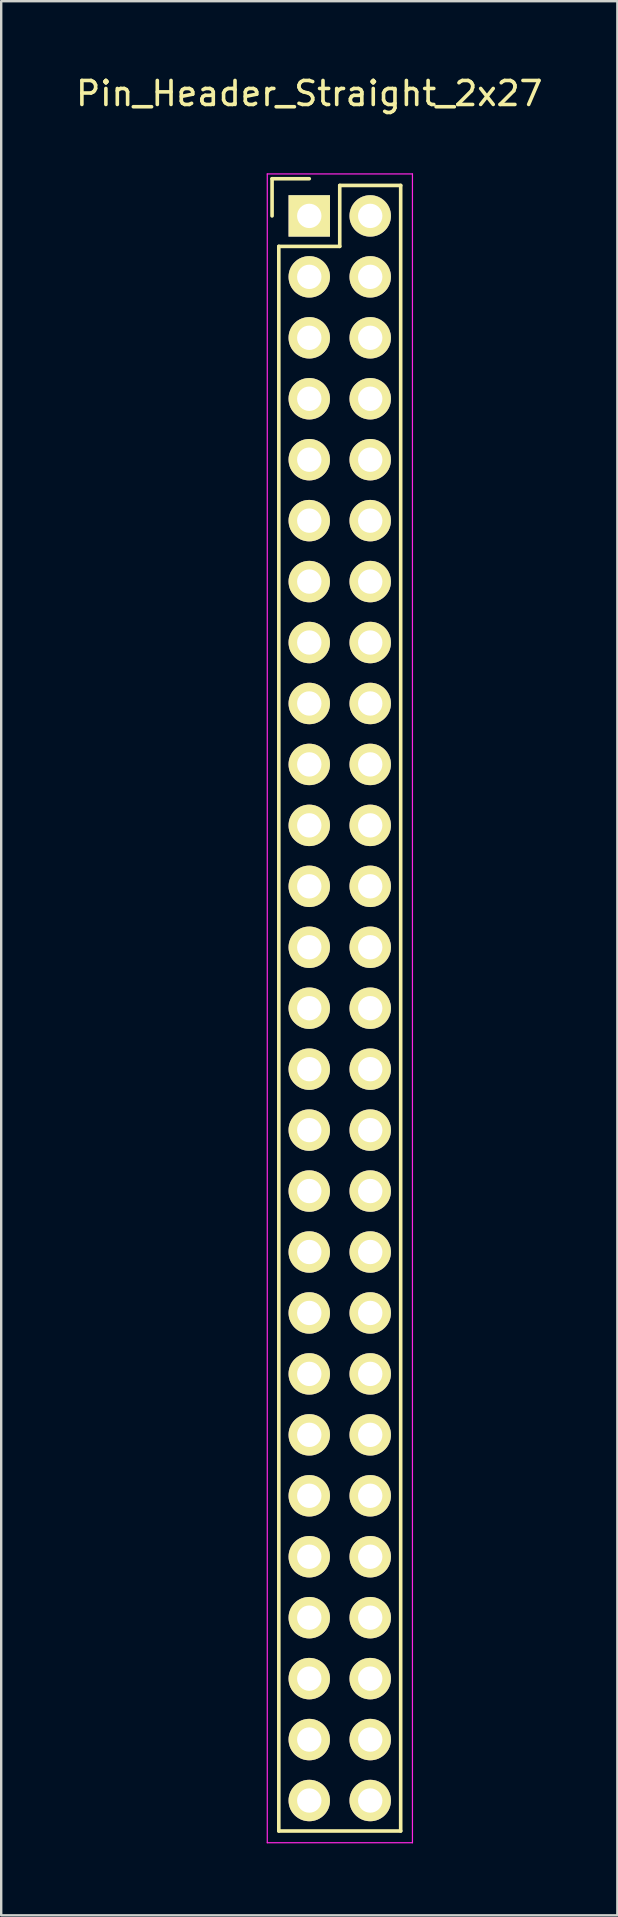
<source format=kicad_pcb>
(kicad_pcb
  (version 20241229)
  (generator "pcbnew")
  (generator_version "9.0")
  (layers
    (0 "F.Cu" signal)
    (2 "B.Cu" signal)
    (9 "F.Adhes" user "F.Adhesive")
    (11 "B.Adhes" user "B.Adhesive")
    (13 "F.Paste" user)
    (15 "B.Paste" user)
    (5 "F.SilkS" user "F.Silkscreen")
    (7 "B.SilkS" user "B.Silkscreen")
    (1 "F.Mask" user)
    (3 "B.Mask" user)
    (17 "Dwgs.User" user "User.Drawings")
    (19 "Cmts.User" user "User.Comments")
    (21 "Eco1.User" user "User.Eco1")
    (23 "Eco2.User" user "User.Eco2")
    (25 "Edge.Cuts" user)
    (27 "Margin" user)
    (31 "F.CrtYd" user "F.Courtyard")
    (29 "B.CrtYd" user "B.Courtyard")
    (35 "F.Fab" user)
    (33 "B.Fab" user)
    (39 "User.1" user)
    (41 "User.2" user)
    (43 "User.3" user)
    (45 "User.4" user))
  (footprint "Pin_Header_Straight_2x27"
    (layer "F.Cu")
    (at 9.839 5.948)
    (property "Reference" "Pin_Header_Straight_2x27" (at 0 -5.1 0) (layer "F.SilkS") (effects (font (size 1 1) (thickness 0.15))))
    (attr through_hole)
    (fp_line (start -1.55 -1.55) (end -1.55 0) (stroke (width 0.15) (type solid)) (layer "F.SilkS"))
    (fp_line (start -1.27 1.27) (end -1.27 67.31) (stroke (width 0.15) (type solid)) (layer "F.SilkS"))
    (fp_line (start 0 -1.55) (end -1.55 -1.55) (stroke (width 0.15) (type solid)) (layer "F.SilkS"))
    (fp_line (start 1.27 -1.27) (end 1.27 1.27) (stroke (width 0.15) (type solid)) (layer "F.SilkS"))
    (fp_line (start 1.27 1.27) (end -1.27 1.27) (stroke (width 0.15) (type solid)) (layer "F.SilkS"))
    (fp_line (start 3.81 -1.27) (end 1.27 -1.27) (stroke (width 0.15) (type solid)) (layer "F.SilkS"))
    (fp_line (start 3.81 67.31) (end -1.27 67.31) (stroke (width 0.15) (type solid)) (layer "F.SilkS"))
    (fp_line (start 3.81 67.31) (end 3.81 -1.27) (stroke (width 0.15) (type solid)) (layer "F.SilkS"))
    (fp_line (start -1.75 -1.75) (end -1.75 67.8) (stroke (width 0.05) (type solid)) (layer "F.CrtYd"))
    (fp_line (start -1.75 -1.75) (end 4.3 -1.75) (stroke (width 0.05) (type solid)) (layer "F.CrtYd"))
    (fp_line (start -1.75 67.8) (end 4.3 67.8) (stroke (width 0.05) (type solid)) (layer "F.CrtYd"))
    (fp_line (start 4.3 -1.75) (end 4.3 67.8) (stroke (width 0.05) (type solid)) (layer "F.CrtYd"))
    (pad "1" thru_hole rect (at 0 0) (size 1.727 1.727) (drill 1.016) (layers "*.Cu" "*.Mask" "F.SilkS"))
    (pad "2" thru_hole oval (at 2.54 0) (size 1.727 1.727) (drill 1.016) (layers "*.Cu" "*.Mask" "F.SilkS"))
    (pad "3" thru_hole oval (at 0 2.54) (size 1.727 1.727) (drill 1.016) (layers "*.Cu" "*.Mask" "F.SilkS"))
    (pad "4" thru_hole oval (at 2.54 2.54) (size 1.727 1.727) (drill 1.016) (layers "*.Cu" "*.Mask" "F.SilkS"))
    (pad "5" thru_hole oval (at 0 5.08) (size 1.727 1.727) (drill 1.016) (layers "*.Cu" "*.Mask" "F.SilkS"))
    (pad "6" thru_hole oval (at 2.54 5.08) (size 1.727 1.727) (drill 1.016) (layers "*.Cu" "*.Mask" "F.SilkS"))
    (pad "7" thru_hole oval (at 0 7.62) (size 1.727 1.727) (drill 1.016) (layers "*.Cu" "*.Mask" "F.SilkS"))
    (pad "8" thru_hole oval (at 2.54 7.62) (size 1.727 1.727) (drill 1.016) (layers "*.Cu" "*.Mask" "F.SilkS"))
    (pad "9" thru_hole oval (at 0 10.16) (size 1.727 1.727) (drill 1.016) (layers "*.Cu" "*.Mask" "F.SilkS"))
    (pad "10" thru_hole oval (at 2.54 10.16) (size 1.727 1.727) (drill 1.016) (layers "*.Cu" "*.Mask" "F.SilkS"))
    (pad "11" thru_hole oval (at 0 12.7) (size 1.727 1.727) (drill 1.016) (layers "*.Cu" "*.Mask" "F.SilkS"))
    (pad "12" thru_hole oval (at 2.54 12.7) (size 1.727 1.727) (drill 1.016) (layers "*.Cu" "*.Mask" "F.SilkS"))
    (pad "13" thru_hole oval (at 0 15.24) (size 1.727 1.727) (drill 1.016) (layers "*.Cu" "*.Mask" "F.SilkS"))
    (pad "14" thru_hole oval (at 2.54 15.24) (size 1.727 1.727) (drill 1.016) (layers "*.Cu" "*.Mask" "F.SilkS"))
    (pad "15" thru_hole oval (at 0 17.78) (size 1.727 1.727) (drill 1.016) (layers "*.Cu" "*.Mask" "F.SilkS"))
    (pad "16" thru_hole oval (at 2.54 17.78) (size 1.727 1.727) (drill 1.016) (layers "*.Cu" "*.Mask" "F.SilkS"))
    (pad "17" thru_hole oval (at 0 20.32) (size 1.727 1.727) (drill 1.016) (layers "*.Cu" "*.Mask" "F.SilkS"))
    (pad "18" thru_hole oval (at 2.54 20.32) (size 1.727 1.727) (drill 1.016) (layers "*.Cu" "*.Mask" "F.SilkS"))
    (pad "19" thru_hole oval (at 0 22.86) (size 1.727 1.727) (drill 1.016) (layers "*.Cu" "*.Mask" "F.SilkS"))
    (pad "20" thru_hole oval (at 2.54 22.86) (size 1.727 1.727) (drill 1.016) (layers "*.Cu" "*.Mask" "F.SilkS"))
    (pad "21" thru_hole oval (at 0 25.4) (size 1.727 1.727) (drill 1.016) (layers "*.Cu" "*.Mask" "F.SilkS"))
    (pad "22" thru_hole oval (at 2.54 25.4) (size 1.727 1.727) (drill 1.016) (layers "*.Cu" "*.Mask" "F.SilkS"))
    (pad "23" thru_hole oval (at 0 27.94) (size 1.727 1.727) (drill 1.016) (layers "*.Cu" "*.Mask" "F.SilkS"))
    (pad "24" thru_hole oval (at 2.54 27.94) (size 1.727 1.727) (drill 1.016) (layers "*.Cu" "*.Mask" "F.SilkS"))
    (pad "25" thru_hole oval (at 0 30.48) (size 1.727 1.727) (drill 1.016) (layers "*.Cu" "*.Mask" "F.SilkS"))
    (pad "26" thru_hole oval (at 2.54 30.48) (size 1.727 1.727) (drill 1.016) (layers "*.Cu" "*.Mask" "F.SilkS"))
    (pad "27" thru_hole oval (at 0 33.02) (size 1.727 1.727) (drill 1.016) (layers "*.Cu" "*.Mask" "F.SilkS"))
    (pad "28" thru_hole oval (at 2.54 33.02) (size 1.727 1.727) (drill 1.016) (layers "*.Cu" "*.Mask" "F.SilkS"))
    (pad "29" thru_hole oval (at 0 35.56) (size 1.727 1.727) (drill 1.016) (layers "*.Cu" "*.Mask" "F.SilkS"))
    (pad "30" thru_hole oval (at 2.54 35.56) (size 1.727 1.727) (drill 1.016) (layers "*.Cu" "*.Mask" "F.SilkS"))
    (pad "31" thru_hole oval (at 0 38.1) (size 1.727 1.727) (drill 1.016) (layers "*.Cu" "*.Mask" "F.SilkS"))
    (pad "32" thru_hole oval (at 2.54 38.1) (size 1.727 1.727) (drill 1.016) (layers "*.Cu" "*.Mask" "F.SilkS"))
    (pad "33" thru_hole oval (at 0 40.64) (size 1.727 1.727) (drill 1.016) (layers "*.Cu" "*.Mask" "F.SilkS"))
    (pad "34" thru_hole oval (at 2.54 40.64) (size 1.727 1.727) (drill 1.016) (layers "*.Cu" "*.Mask" "F.SilkS"))
    (pad "35" thru_hole oval (at 0 43.18) (size 1.727 1.727) (drill 1.016) (layers "*.Cu" "*.Mask" "F.SilkS"))
    (pad "36" thru_hole oval (at 2.54 43.18) (size 1.727 1.727) (drill 1.016) (layers "*.Cu" "*.Mask" "F.SilkS"))
    (pad "37" thru_hole oval (at 0 45.72) (size 1.727 1.727) (drill 1.016) (layers "*.Cu" "*.Mask" "F.SilkS"))
    (pad "38" thru_hole oval (at 2.54 45.72) (size 1.727 1.727) (drill 1.016) (layers "*.Cu" "*.Mask" "F.SilkS"))
    (pad "39" thru_hole oval (at 0 48.26) (size 1.727 1.727) (drill 1.016) (layers "*.Cu" "*.Mask" "F.SilkS"))
    (pad "40" thru_hole oval (at 2.54 48.26) (size 1.727 1.727) (drill 1.016) (layers "*.Cu" "*.Mask" "F.SilkS"))
    (pad "41" thru_hole oval (at 0 50.8) (size 1.727 1.727) (drill 1.016) (layers "*.Cu" "*.Mask" "F.SilkS"))
    (pad "42" thru_hole oval (at 2.54 50.8) (size 1.727 1.727) (drill 1.016) (layers "*.Cu" "*.Mask" "F.SilkS"))
    (pad "43" thru_hole oval (at 0 53.34) (size 1.727 1.727) (drill 1.016) (layers "*.Cu" "*.Mask" "F.SilkS"))
    (pad "44" thru_hole oval (at 2.54 53.34) (size 1.727 1.727) (drill 1.016) (layers "*.Cu" "*.Mask" "F.SilkS"))
    (pad "45" thru_hole oval (at 0 55.88) (size 1.727 1.727) (drill 1.016) (layers "*.Cu" "*.Mask" "F.SilkS"))
    (pad "46" thru_hole oval (at 2.54 55.88) (size 1.727 1.727) (drill 1.016) (layers "*.Cu" "*.Mask" "F.SilkS"))
    (pad "47" thru_hole oval (at 0 58.42) (size 1.727 1.727) (drill 1.016) (layers "*.Cu" "*.Mask" "F.SilkS"))
    (pad "48" thru_hole oval (at 2.54 58.42) (size 1.727 1.727) (drill 1.016) (layers "*.Cu" "*.Mask" "F.SilkS"))
    (pad "49" thru_hole oval (at 0 60.96) (size 1.727 1.727) (drill 1.016) (layers "*.Cu" "*.Mask" "F.SilkS"))
    (pad "50" thru_hole oval (at 2.54 60.96) (size 1.727 1.727) (drill 1.016) (layers "*.Cu" "*.Mask" "F.SilkS"))
    (pad "51" thru_hole oval (at 0 63.5) (size 1.727 1.727) (drill 1.016) (layers "*.Cu" "*.Mask" "F.SilkS"))
    (pad "52" thru_hole oval (at 2.54 63.5) (size 1.727 1.727) (drill 1.016) (layers "*.Cu" "*.Mask" "F.SilkS"))
    (pad "53" thru_hole oval (at 0 66.04) (size 1.727 1.727) (drill 1.016) (layers "*.Cu" "*.Mask" "F.SilkS"))
    (pad "54" thru_hole oval (at 2.54 66.04) (size 1.727 1.727) (drill 1.016) (layers "*.Cu" "*.Mask" "F.SilkS")))
  (gr_rect
    (start -3 -3)
    (end 22.679 76.773)
    (stroke (width 0.1) (type default))
    (fill no)
    (layer "Edge.Cuts")))
</source>
